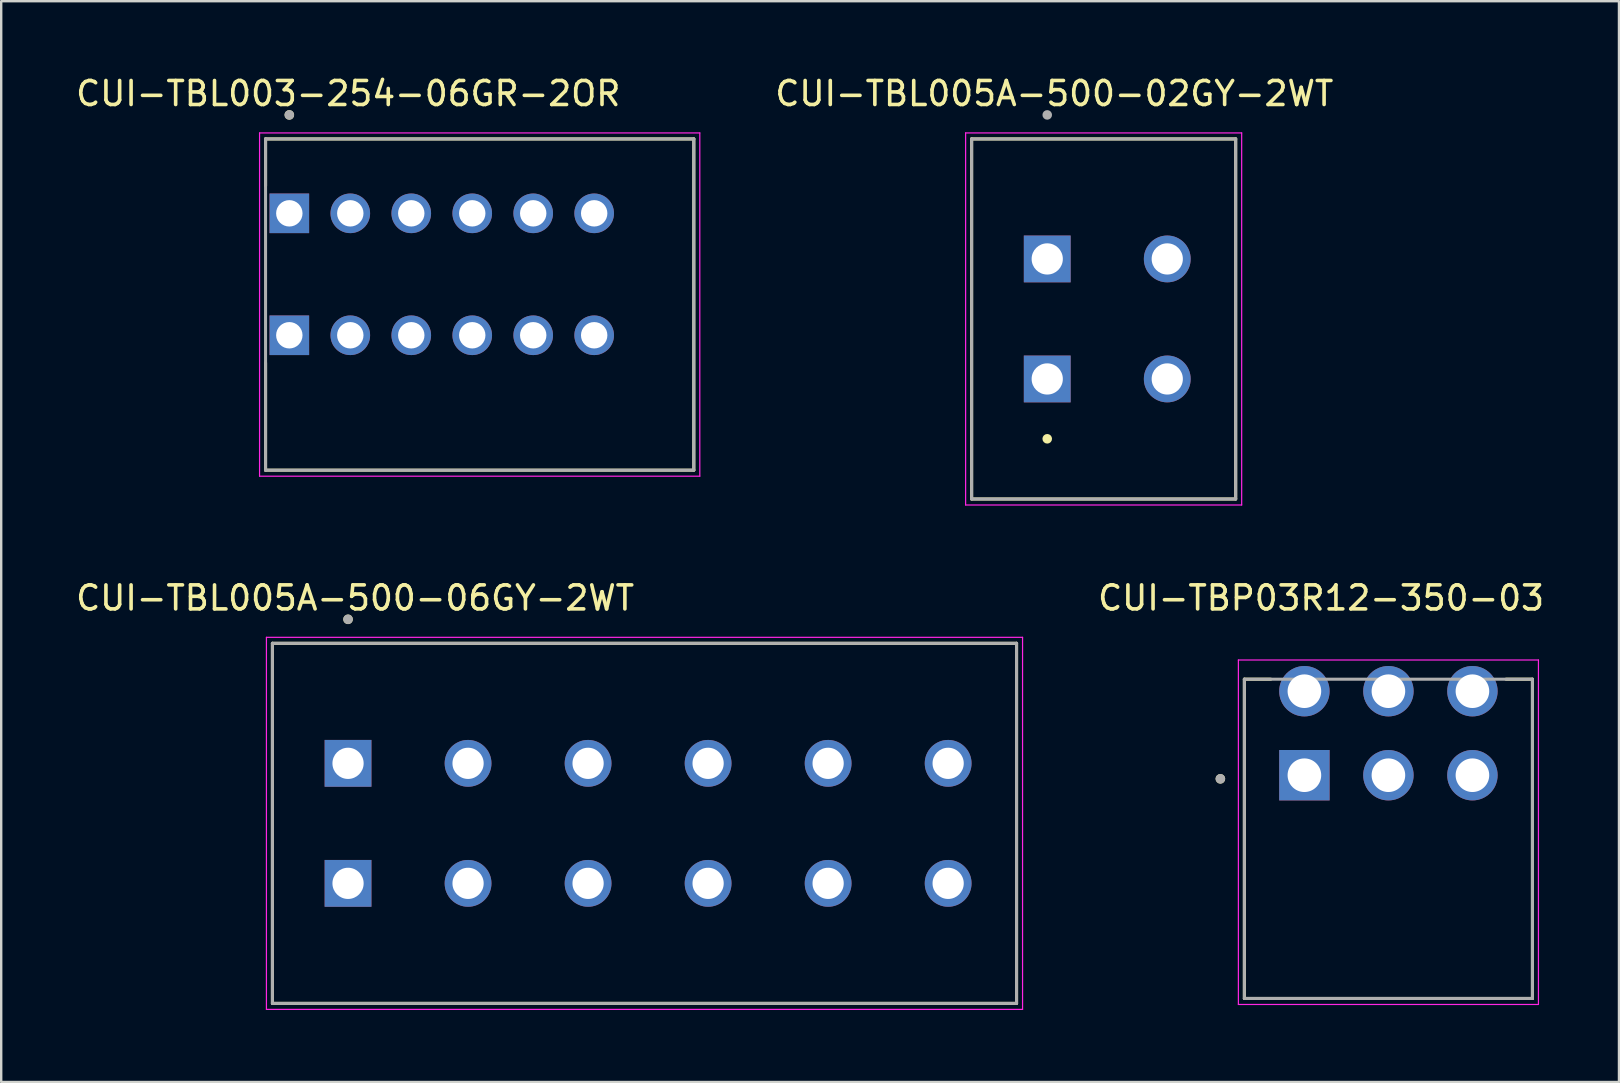
<source format=kicad_pcb>
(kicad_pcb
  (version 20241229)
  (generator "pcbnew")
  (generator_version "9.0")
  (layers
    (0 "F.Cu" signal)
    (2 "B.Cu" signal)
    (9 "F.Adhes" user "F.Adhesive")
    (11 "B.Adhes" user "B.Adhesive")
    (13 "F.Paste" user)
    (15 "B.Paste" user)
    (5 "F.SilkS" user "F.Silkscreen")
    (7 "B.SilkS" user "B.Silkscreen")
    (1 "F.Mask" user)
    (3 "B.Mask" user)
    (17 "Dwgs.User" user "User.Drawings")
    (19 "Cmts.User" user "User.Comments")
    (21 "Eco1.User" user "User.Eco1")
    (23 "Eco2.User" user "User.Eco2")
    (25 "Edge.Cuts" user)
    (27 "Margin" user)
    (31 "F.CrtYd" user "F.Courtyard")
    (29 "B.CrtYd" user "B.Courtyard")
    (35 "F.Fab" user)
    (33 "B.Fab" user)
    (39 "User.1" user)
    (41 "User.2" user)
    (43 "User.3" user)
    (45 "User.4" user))
  (footprint "CUI-TBL005A-500-06GY-2WT"
    (layer "F.Cu")
    (at 11.449 28.75)
    (property "Reference" "CUI-TBL005A-500-06GY-2WT" (at 0.295 -6.889 0) (layer "F.SilkS") (effects (font (size 1 1) (thickness 0.15))))
    (attr through_hole)
    (fp_line (start -3.15 -5) (end 27.85 -5) (stroke (width 0.127) (type solid)) (layer "F.SilkS"))
    (fp_line (start -3.15 10) (end -3.15 -5) (stroke (width 0.127) (type solid)) (layer "F.SilkS"))
    (fp_line (start 27.85 -5) (end 27.85 10) (stroke (width 0.127) (type solid)) (layer "F.SilkS"))
    (fp_line (start 27.85 10) (end -3.15 10) (stroke (width 0.127) (type solid)) (layer "F.SilkS"))
    (fp_circle (center 0 -6) (end 0.1 -6) (stroke (width 0.2) (type solid)) (fill no) (layer "F.SilkS"))
    (fp_line (start -3.4 -5.25) (end 28.1 -5.25) (stroke (width 0.05) (type solid)) (layer "F.CrtYd"))
    (fp_line (start -3.4 10.25) (end -3.4 -5.25) (stroke (width 0.05) (type solid)) (layer "F.CrtYd"))
    (fp_line (start 28.1 -5.25) (end 28.1 10.25) (stroke (width 0.05) (type solid)) (layer "F.CrtYd"))
    (fp_line (start 28.1 10.25) (end -3.4 10.25) (stroke (width 0.05) (type solid)) (layer "F.CrtYd"))
    (fp_line (start -3.15 -5) (end 27.85 -5) (stroke (width 0.127) (type solid)) (layer "F.Fab"))
    (fp_line (start -3.15 10) (end -3.15 -5) (stroke (width 0.127) (type solid)) (layer "F.Fab"))
    (fp_line (start 27.85 -5) (end 27.85 10) (stroke (width 0.127) (type solid)) (layer "F.Fab"))
    (fp_line (start 27.85 10) (end -3.15 10) (stroke (width 0.127) (type solid)) (layer "F.Fab"))
    (fp_circle (center 0 -6) (end 0.1 -6) (stroke (width 0.2) (type solid)) (fill no) (layer "F.Fab"))
    (pad "1" thru_hole rect (at 0 0) (size 1.95 1.95) (drill 1.3) (layers "*.Cu" "*.Mask"))
    (pad "1" thru_hole rect (at 0 5) (size 1.95 1.95) (drill 1.3) (layers "*.Cu" "*.Mask"))
    (pad "2" thru_hole circle (at 5 0) (size 1.95 1.95) (drill 1.3) (layers "*.Cu" "*.Mask"))
    (pad "2" thru_hole circle (at 5 5) (size 1.95 1.95) (drill 1.3) (layers "*.Cu" "*.Mask"))
    (pad "3" thru_hole circle (at 10 0) (size 1.95 1.95) (drill 1.3) (layers "*.Cu" "*.Mask"))
    (pad "3" thru_hole circle (at 10 5) (size 1.95 1.95) (drill 1.3) (layers "*.Cu" "*.Mask"))
    (pad "4" thru_hole circle (at 15 0) (size 1.95 1.95) (drill 1.3) (layers "*.Cu" "*.Mask"))
    (pad "4" thru_hole circle (at 15 5) (size 1.95 1.95) (drill 1.3) (layers "*.Cu" "*.Mask"))
    (pad "5" thru_hole circle (at 20 0) (size 1.95 1.95) (drill 1.3) (layers "*.Cu" "*.Mask"))
    (pad "5" thru_hole circle (at 20 5) (size 1.95 1.95) (drill 1.3) (layers "*.Cu" "*.Mask"))
    (pad "6" thru_hole circle (at 25 0) (size 1.95 1.95) (drill 1.3) (layers "*.Cu" "*.Mask"))
    (pad "6" thru_hole circle (at 25 5) (size 1.95 1.95) (drill 1.3) (layers "*.Cu" "*.Mask")))
  (footprint "CUI-TBL005A-500-02GY-2WT"
    (layer "F.Cu")
    (at 40.577 7.737)
    (property "Reference" "CUI-TBL005A-500-02GY-2WT" (at 0.295 -6.889 0) (layer "F.SilkS") (effects (font (size 1 1) (thickness 0.15))))
    (attr through_hole)
    (fp_line (start -3.15 -5) (end 7.85 -5) (stroke (width 0.127) (type solid)) (layer "F.SilkS"))
    (fp_line (start -3.15 10) (end -3.15 -5) (stroke (width 0.127) (type solid)) (layer "F.SilkS"))
    (fp_line (start 7.85 -5) (end 7.85 10) (stroke (width 0.127) (type solid)) (layer "F.SilkS"))
    (fp_line (start 7.85 10) (end -3.15 10) (stroke (width 0.127) (type solid)) (layer "F.SilkS"))
    (fp_circle (center 0 7.493) (end 0.1 7.493) (stroke (width 0.2) (type solid)) (fill no) (layer "F.SilkS"))
    (fp_line (start -3.4 -5.25) (end 8.1 -5.25) (stroke (width 0.05) (type solid)) (layer "F.CrtYd"))
    (fp_line (start -3.4 10.25) (end -3.4 -5.25) (stroke (width 0.05) (type solid)) (layer "F.CrtYd"))
    (fp_line (start 8.1 -5.25) (end 8.1 10.25) (stroke (width 0.05) (type solid)) (layer "F.CrtYd"))
    (fp_line (start 8.1 10.25) (end -3.4 10.25) (stroke (width 0.05) (type solid)) (layer "F.CrtYd"))
    (fp_line (start -3.15 -5) (end 7.85 -5) (stroke (width 0.127) (type solid)) (layer "F.Fab"))
    (fp_line (start -3.15 10) (end -3.15 -5) (stroke (width 0.127) (type solid)) (layer "F.Fab"))
    (fp_line (start 7.85 -5) (end 7.85 10) (stroke (width 0.127) (type solid)) (layer "F.Fab"))
    (fp_line (start 7.85 10) (end -3.15 10) (stroke (width 0.127) (type solid)) (layer "F.Fab"))
    (fp_circle (center 0 -6) (end 0.1 -6) (stroke (width 0.2) (type solid)) (fill no) (layer "F.Fab"))
    (pad "1" thru_hole rect (at 0 0) (size 1.95 1.95) (drill 1.3) (layers "*.Cu" "*.Mask"))
    (pad "1" thru_hole rect (at 0 5) (size 1.95 1.95) (drill 1.3) (layers "*.Cu" "*.Mask"))
    (pad "2" thru_hole circle (at 5 0) (size 1.95 1.95) (drill 1.3) (layers "*.Cu" "*.Mask"))
    (pad "2" thru_hole circle (at 5 5) (size 1.95 1.95) (drill 1.3) (layers "*.Cu" "*.Mask")))
  (footprint "CUI-TBL003-254-06GR-2OR"
    (layer "F.Cu")
    (at 9.003 5.837)
    (property "Reference" "CUI-TBL003-254-06GR-2OR" (at 2.455 -4.989 0) (layer "F.SilkS") (effects (font (size 1 1) (thickness 0.15))))
    (attr through_hole)
    (fp_line (start -0.99 -3.1) (end 16.85 -3.1) (stroke (width 0.127) (type solid)) (layer "F.SilkS"))
    (fp_line (start -0.99 -1.145) (end -0.99 -3.1) (stroke (width 0.127) (type solid)) (layer "F.SilkS"))
    (fp_line (start -0.99 10.7) (end -0.99 6.225) (stroke (width 0.127) (type solid)) (layer "F.SilkS"))
    (fp_line (start 16.85 -3.1) (end 16.85 10.7) (stroke (width 0.127) (type solid)) (layer "F.SilkS"))
    (fp_line (start 16.85 10.7) (end -0.99 10.7) (stroke (width 0.127) (type solid)) (layer "F.SilkS"))
    (fp_circle (center 0 -4.1) (end 0.1 -4.1) (stroke (width 0.2) (type solid)) (fill no) (layer "F.SilkS"))
    (fp_line (start -1.24 -3.35) (end 17.1 -3.35) (stroke (width 0.05) (type solid)) (layer "F.CrtYd"))
    (fp_line (start -1.24 10.95) (end -1.24 -3.35) (stroke (width 0.05) (type solid)) (layer "F.CrtYd"))
    (fp_line (start 17.1 -3.35) (end 17.1 10.95) (stroke (width 0.05) (type solid)) (layer "F.CrtYd"))
    (fp_line (start 17.1 10.95) (end -1.24 10.95) (stroke (width 0.05) (type solid)) (layer "F.CrtYd"))
    (fp_line (start -0.99 -3.1) (end 16.85 -3.1) (stroke (width 0.127) (type solid)) (layer "F.Fab"))
    (fp_line (start -0.99 10.7) (end -0.99 -3.1) (stroke (width 0.127) (type solid)) (layer "F.Fab"))
    (fp_line (start 16.85 -3.1) (end 16.85 10.7) (stroke (width 0.127) (type solid)) (layer "F.Fab"))
    (fp_line (start 16.85 10.7) (end -0.99 10.7) (stroke (width 0.127) (type solid)) (layer "F.Fab"))
    (fp_circle (center 0 -4.1) (end 0.1 -4.1) (stroke (width 0.2) (type solid)) (fill no) (layer "F.Fab"))
    (pad "1" thru_hole rect (at 0 0) (size 1.65 1.65) (drill 1.1) (layers "*.Cu" "*.Mask"))
    (pad "1" thru_hole rect (at 0 5.08) (size 1.65 1.65) (drill 1.1) (layers "*.Cu" "*.Mask"))
    (pad "2" thru_hole circle (at 2.54 0) (size 1.65 1.65) (drill 1.1) (layers "*.Cu" "*.Mask"))
    (pad "2" thru_hole circle (at 2.54 5.08) (size 1.65 1.65) (drill 1.1) (layers "*.Cu" "*.Mask"))
    (pad "3" thru_hole circle (at 5.08 0) (size 1.65 1.65) (drill 1.1) (layers "*.Cu" "*.Mask"))
    (pad "3" thru_hole circle (at 5.08 5.08) (size 1.65 1.65) (drill 1.1) (layers "*.Cu" "*.Mask"))
    (pad "4" thru_hole circle (at 7.62 0) (size 1.65 1.65) (drill 1.1) (layers "*.Cu" "*.Mask"))
    (pad "4" thru_hole circle (at 7.62 5.08) (size 1.65 1.65) (drill 1.1) (layers "*.Cu" "*.Mask"))
    (pad "5" thru_hole circle (at 10.16 0) (size 1.65 1.65) (drill 1.1) (layers "*.Cu" "*.Mask"))
    (pad "5" thru_hole circle (at 10.16 5.08) (size 1.65 1.65) (drill 1.1) (layers "*.Cu" "*.Mask"))
    (pad "6" thru_hole circle (at 12.7 0) (size 1.65 1.65) (drill 1.1) (layers "*.Cu" "*.Mask"))
    (pad "6" thru_hole circle (at 12.7 5.08) (size 1.65 1.65) (drill 1.1) (layers "*.Cu" "*.Mask")))
  (footprint "CUI-TBP03R12-350-03"
    (layer "F.Cu")
    (at 51.29 29.245)
    (property "Reference" "CUI-TBP03R12-350-03" (at 0.695 -7.385 0) (layer "F.SilkS") (effects (font (size 1 1) (thickness 0.15))))
    (attr through_hole)
    (fp_line (start -2.5 -4) (end -2.5 9.3) (stroke (width 0.127) (type solid)) (layer "F.SilkS"))
    (fp_line (start -2.5 -4) (end -1.4 -4) (stroke (width 0.127) (type solid)) (layer "F.SilkS"))
    (fp_line (start -2.5 9.3) (end 9.5 9.3) (stroke (width 0.127) (type solid)) (layer "F.SilkS"))
    (fp_line (start 9.5 -4) (end 8.4 -4) (stroke (width 0.127) (type solid)) (layer "F.SilkS"))
    (fp_line (start 9.5 9.3) (end 9.5 -4) (stroke (width 0.127) (type solid)) (layer "F.SilkS"))
    (fp_circle (center -3.5 0.15) (end -3.4 0.15) (stroke (width 0.2) (type solid)) (fill no) (layer "F.SilkS"))
    (fp_line (start -2.75 -4.8) (end -2.75 9.55) (stroke (width 0.05) (type solid)) (layer "F.CrtYd"))
    (fp_line (start -2.75 9.55) (end 9.75 9.55) (stroke (width 0.05) (type solid)) (layer "F.CrtYd"))
    (fp_line (start 9.75 -4.8) (end -2.75 -4.8) (stroke (width 0.05) (type solid)) (layer "F.CrtYd"))
    (fp_line (start 9.75 9.55) (end 9.75 -4.8) (stroke (width 0.05) (type solid)) (layer "F.CrtYd"))
    (fp_line (start -2.5 -4) (end -2.5 9.3) (stroke (width 0.127) (type solid)) (layer "F.Fab"))
    (fp_line (start -2.5 9.3) (end 9.5 9.3) (stroke (width 0.127) (type solid)) (layer "F.Fab"))
    (fp_line (start 9.5 -4) (end -2.5 -4) (stroke (width 0.127) (type solid)) (layer "F.Fab"))
    (fp_line (start 9.5 9.3) (end 9.5 -4) (stroke (width 0.127) (type solid)) (layer "F.Fab"))
    (fp_circle (center -3.5 0.15) (end -3.4 0.15) (stroke (width 0.2) (type solid)) (fill no) (layer "F.Fab"))
    (pad "1" thru_hole rect (at 0 0) (size 2.1 2.1) (drill 1.4) (layers "*.Cu" "*.Mask"))
    (pad "2" thru_hole circle (at 3.5 0) (size 2.1 2.1) (drill 1.4) (layers "*.Cu" "*.Mask"))
    (pad "3" thru_hole circle (at 7 0) (size 2.1 2.1) (drill 1.4) (layers "*.Cu" "*.Mask"))
    (pad "4" thru_hole circle (at 0 -3.5) (size 2.1 2.1) (drill 1.4) (layers "*.Cu" "*.Mask"))
    (pad "5" thru_hole circle (at 3.5 -3.5) (size 2.1 2.1) (drill 1.4) (layers "*.Cu" "*.Mask"))
    (pad "6" thru_hole circle (at 7 -3.5) (size 2.1 2.1) (drill 1.4) (layers "*.Cu" "*.Mask")))
  (gr_rect
    (start -3 -3)
    (end 64.395 42.025)
    (stroke (width 0.1) (type default))
    (fill no)
    (layer "Edge.Cuts")))
</source>
